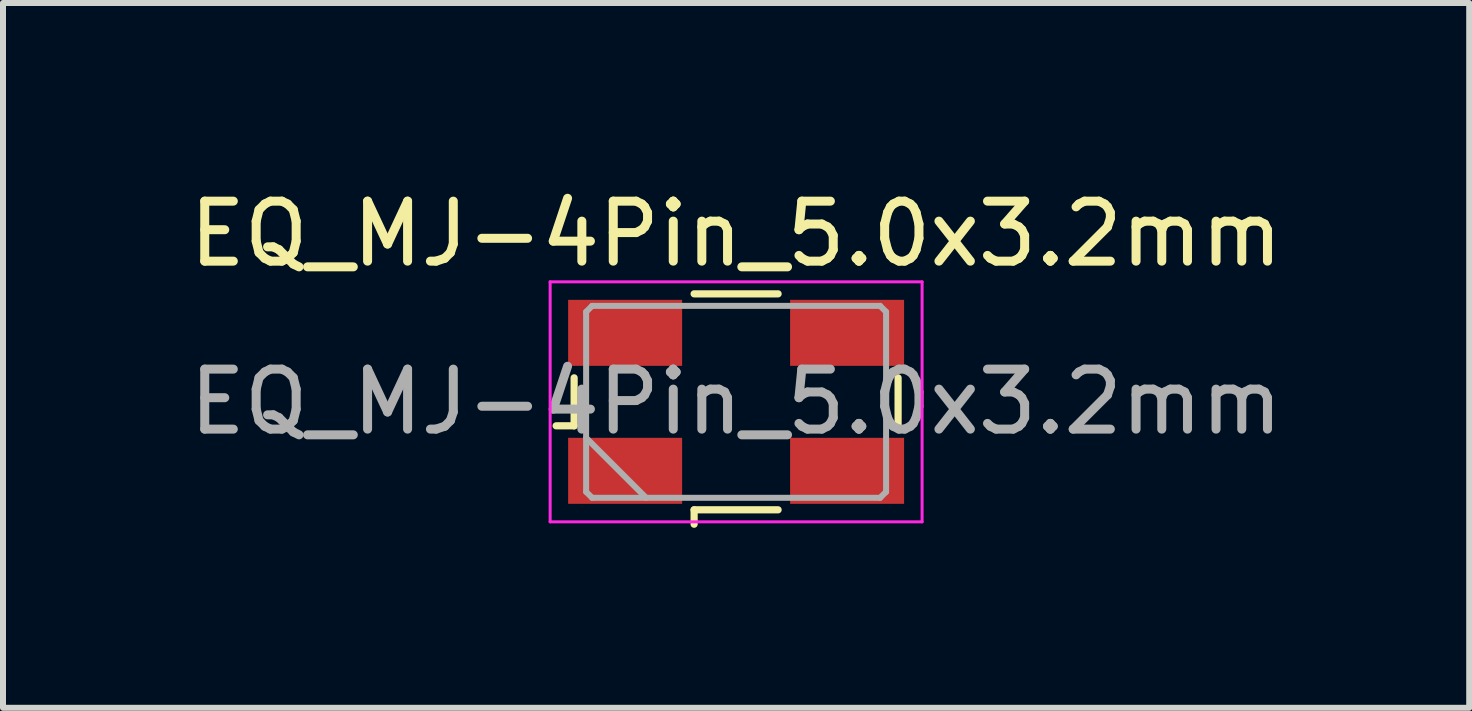
<source format=kicad_pcb>
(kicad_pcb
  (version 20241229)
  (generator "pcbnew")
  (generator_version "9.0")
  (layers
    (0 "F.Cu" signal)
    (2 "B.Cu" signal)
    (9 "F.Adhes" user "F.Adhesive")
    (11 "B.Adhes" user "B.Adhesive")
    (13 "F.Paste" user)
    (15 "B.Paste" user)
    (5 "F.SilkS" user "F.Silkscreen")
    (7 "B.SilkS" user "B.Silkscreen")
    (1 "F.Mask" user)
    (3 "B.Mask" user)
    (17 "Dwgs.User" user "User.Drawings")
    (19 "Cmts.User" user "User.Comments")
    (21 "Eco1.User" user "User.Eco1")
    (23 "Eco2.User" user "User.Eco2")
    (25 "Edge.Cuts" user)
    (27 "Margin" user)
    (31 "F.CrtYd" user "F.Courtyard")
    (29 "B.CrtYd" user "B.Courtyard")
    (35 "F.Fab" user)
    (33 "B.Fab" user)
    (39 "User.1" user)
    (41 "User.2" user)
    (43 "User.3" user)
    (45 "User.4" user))
  (footprint "EQ_MJ-4Pin_5.0x3.2mm"
    (layer "F.Cu")
    (at 9.22 3.648)
    (property "Reference" "EQ_MJ-4Pin_5.0x3.2mm" (at 0 -2.8 0) (layer "F.SilkS") (effects (font (size 1 1) (thickness 0.15))))
    (attr smd)
    (fp_line (start -3 0.4) (end -2.7 0.4) (stroke (width 0.12) (type solid)) (layer "F.SilkS"))
    (fp_line (start -2.7 0.4) (end -2.7 -0.4) (stroke (width 0.12) (type solid)) (layer "F.SilkS"))
    (fp_line (start -0.7 -1.8) (end 0.7 -1.8) (stroke (width 0.12) (type solid)) (layer "F.SilkS"))
    (fp_line (start -0.7 1.8) (end -0.7 2.04) (stroke (width 0.12) (type solid)) (layer "F.SilkS"))
    (fp_line (start 0.7 1.8) (end -0.7 1.8) (stroke (width 0.12) (type solid)) (layer "F.SilkS"))
    (fp_line (start 2.7 -0.4) (end 2.7 0.4) (stroke (width 0.12) (type solid)) (layer "F.SilkS"))
    (fp_line (start -3.1 -2) (end -3.1 2) (stroke (width 0.05) (type solid)) (layer "F.CrtYd"))
    (fp_line (start -3.1 2) (end 3.1 2) (stroke (width 0.05) (type solid)) (layer "F.CrtYd"))
    (fp_line (start 3.1 -2) (end -3.1 -2) (stroke (width 0.05) (type solid)) (layer "F.CrtYd"))
    (fp_line (start 3.1 2) (end 3.1 -2) (stroke (width 0.05) (type solid)) (layer "F.CrtYd"))
    (fp_line (start -2.5 -1.5) (end -2.4 -1.6) (stroke (width 0.1) (type solid)) (layer "F.Fab"))
    (fp_line (start -2.5 0.6) (end -1.5 1.6) (stroke (width 0.1) (type solid)) (layer "F.Fab"))
    (fp_line (start -2.5 1.5) (end -2.5 -1.5) (stroke (width 0.1) (type solid)) (layer "F.Fab"))
    (fp_line (start -2.4 -1.6) (end 2.4 -1.6) (stroke (width 0.1) (type solid)) (layer "F.Fab"))
    (fp_line (start -2.4 1.6) (end -2.5 1.5) (stroke (width 0.1) (type solid)) (layer "F.Fab"))
    (fp_line (start 2.4 -1.6) (end 2.5 -1.5) (stroke (width 0.1) (type solid)) (layer "F.Fab"))
    (fp_line (start 2.4 1.6) (end -2.4 1.6) (stroke (width 0.1) (type solid)) (layer "F.Fab"))
    (fp_line (start 2.5 -1.5) (end 2.5 1.5) (stroke (width 0.1) (type solid)) (layer "F.Fab"))
    (fp_line (start 2.5 1.5) (end 2.4 1.6) (stroke (width 0.1) (type solid)) (layer "F.Fab"))
    (fp_text user "${REFERENCE}" (at 0 0 0) (layer "F.Fab") (effects (font (size 1 1) (thickness 0.15))))
    (pad "1" smd rect (at -1.85 1.15) (size 1.9 1.1) (layers "F.Cu" "F.Mask" "F.Paste"))
    (pad "2" smd rect (at 1.85 1.15) (size 1.9 1.1) (layers "F.Cu" "F.Mask" "F.Paste"))
    (pad "3" smd rect (at 1.85 -1.15) (size 1.9 1.1) (layers "F.Cu" "F.Mask" "F.Paste"))
    (pad "4" smd rect (at -1.85 -1.15) (size 1.9 1.1) (layers "F.Cu" "F.Mask" "F.Paste")))
  (gr_rect
    (start -3 -3)
    (end 21.44 8.748)
    (stroke (width 0.1) (type default))
    (fill no)
    (layer "Edge.Cuts")))
</source>
